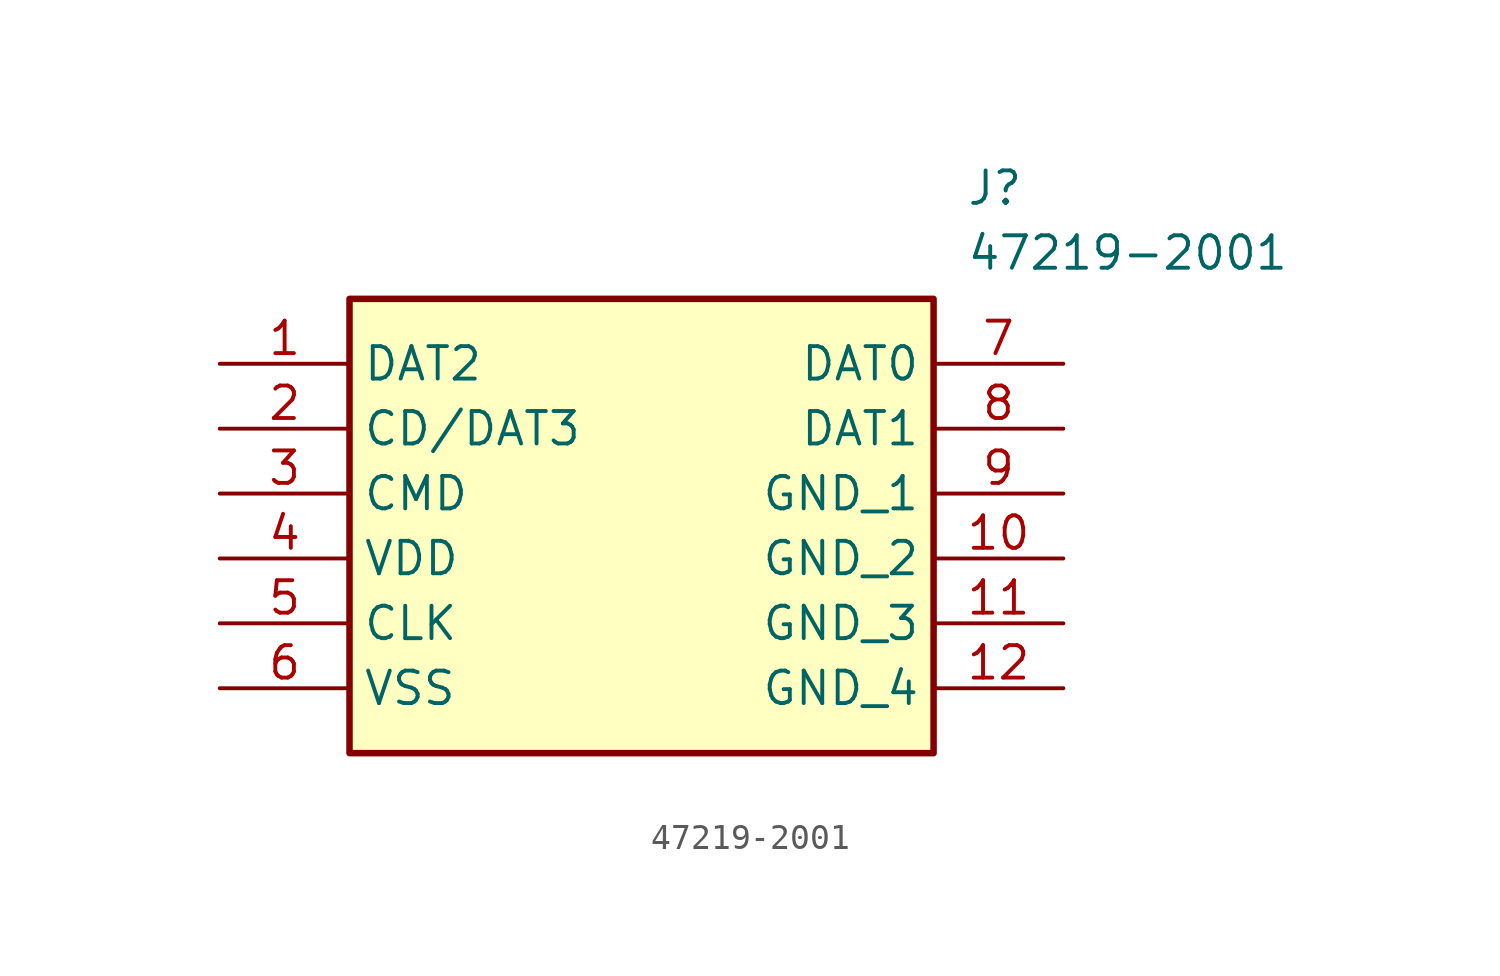
<source format=kicad_sym>
(kicad_symbol_lib
  (version 20211014)
  (generator SamacSys_ECAD_Model)
  (symbol "47219-2001"
    (property "Reference" "J"
      (at 29.21 7.62 0)
      (effects (font (size 1.27 1.27)) (justify left top)))
    (property "Value" "47219-2001"
      (at 29.21 5.08 0)
      (effects (font (size 1.27 1.27)) (justify left top)))
    (rectangle
      (start 5.08 2.54)
      (end 27.94 -15.24)
      (stroke (width 0.254) (type default))
      (fill (type background)))
    (pin passive line
      (at 0 0 0)
      (length 5.08)
      (name "DAT2" (effects (font (size 1.27 1.27))))
      (number "1" (effects (font (size 1.27 1.27)))))
    (pin passive line
      (at 0 -2.54 0)
      (length 5.08)
      (name "CD/DAT3" (effects (font (size 1.27 1.27))))
      (number "2" (effects (font (size 1.27 1.27)))))
    (pin passive line
      (at 0 -5.08 0)
      (length 5.08)
      (name "CMD" (effects (font (size 1.27 1.27))))
      (number "3" (effects (font (size 1.27 1.27)))))
    (pin passive line
      (at 0 -7.62 0)
      (length 5.08)
      (name "VDD" (effects (font (size 1.27 1.27))))
      (number "4" (effects (font (size 1.27 1.27)))))
    (pin passive line
      (at 0 -10.16 0)
      (length 5.08)
      (name "CLK" (effects (font (size 1.27 1.27))))
      (number "5" (effects (font (size 1.27 1.27)))))
    (pin passive line
      (at 0 -12.7 0)
      (length 5.08)
      (name "VSS" (effects (font (size 1.27 1.27))))
      (number "6" (effects (font (size 1.27 1.27)))))
    (pin passive line
      (at 33.02 0 180)
      (length 5.08)
      (name "DAT0" (effects (font (size 1.27 1.27))))
      (number "7" (effects (font (size 1.27 1.27)))))
    (pin passive line
      (at 33.02 -2.54 180)
      (length 5.08)
      (name "DAT1" (effects (font (size 1.27 1.27))))
      (number "8" (effects (font (size 1.27 1.27)))))
    (pin passive line
      (at 33.02 -5.08 180)
      (length 5.08)
      (name "GND_1" (effects (font (size 1.27 1.27))))
      (number "9" (effects (font (size 1.27 1.27)))))
    (pin passive line
      (at 33.02 -7.62 180)
      (length 5.08)
      (name "GND_2" (effects (font (size 1.27 1.27))))
      (number "10" (effects (font (size 1.27 1.27)))))
    (pin passive line
      (at 33.02 -10.16 180)
      (length 5.08)
      (name "GND_3" (effects (font (size 1.27 1.27))))
      (number "11" (effects (font (size 1.27 1.27)))))
    (pin passive line
      (at 33.02 -12.7 180)
      (length 5.08)
      (name "GND_4" (effects (font (size 1.27 1.27))))
      (number "12" (effects (font (size 1.27 1.27)))))))
</source>
